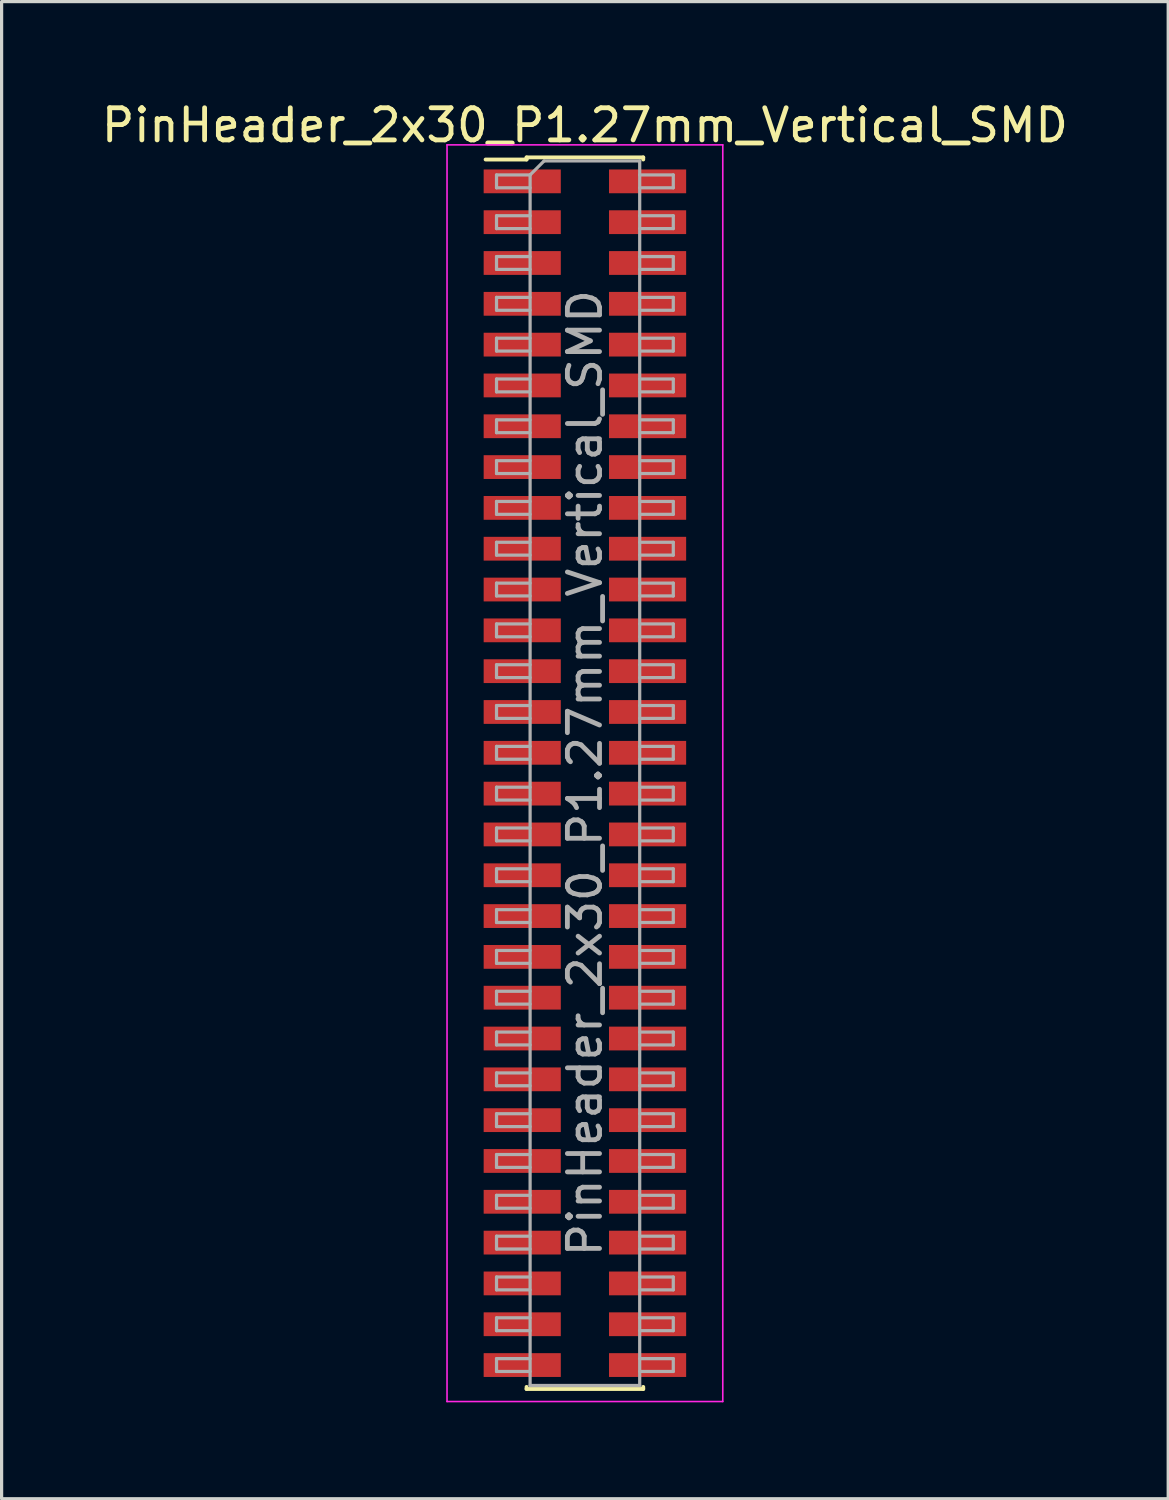
<source format=kicad_pcb>
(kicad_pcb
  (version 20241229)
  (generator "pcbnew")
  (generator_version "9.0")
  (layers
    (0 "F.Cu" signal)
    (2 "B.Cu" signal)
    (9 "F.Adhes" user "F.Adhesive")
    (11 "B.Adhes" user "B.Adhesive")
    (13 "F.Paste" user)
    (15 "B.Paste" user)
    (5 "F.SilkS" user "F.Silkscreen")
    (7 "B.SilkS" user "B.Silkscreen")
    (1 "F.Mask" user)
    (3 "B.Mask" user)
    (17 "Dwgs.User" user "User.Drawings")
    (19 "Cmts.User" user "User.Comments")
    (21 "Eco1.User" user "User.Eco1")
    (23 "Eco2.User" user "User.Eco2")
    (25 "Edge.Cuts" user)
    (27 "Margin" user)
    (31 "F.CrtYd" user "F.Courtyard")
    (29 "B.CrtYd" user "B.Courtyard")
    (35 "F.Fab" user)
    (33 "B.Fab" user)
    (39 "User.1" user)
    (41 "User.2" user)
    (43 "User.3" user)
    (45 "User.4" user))
  (footprint "PinHeader_2x30_P1.27mm_Vertical_SMD"
    (layer "F.Cu")
    (at 15.149 21.008)
    (property "Reference" "PinHeader_2x30_P1.27mm_Vertical_SMD" (at 0 -20.16 0) (layer "F.SilkS") (effects (font (size 1 1) (thickness 0.15))))
    (attr smd)
    (fp_line (start -3.09 -19.095) (end -1.815 -19.095) (stroke (width 0.12) (type solid)) (layer "F.SilkS"))
    (fp_line (start -1.815 -19.16) (end -1.815 -19.095) (stroke (width 0.12) (type solid)) (layer "F.SilkS"))
    (fp_line (start -1.815 -19.16) (end 1.815 -19.16) (stroke (width 0.12) (type solid)) (layer "F.SilkS"))
    (fp_line (start -1.815 19.095) (end -1.815 19.16) (stroke (width 0.12) (type solid)) (layer "F.SilkS"))
    (fp_line (start -1.815 19.16) (end 1.815 19.16) (stroke (width 0.12) (type solid)) (layer "F.SilkS"))
    (fp_line (start 1.815 -19.16) (end 1.815 -19.095) (stroke (width 0.12) (type solid)) (layer "F.SilkS"))
    (fp_line (start 1.815 19.095) (end 1.815 19.16) (stroke (width 0.12) (type solid)) (layer "F.SilkS"))
    (fp_line (start -4.29 -19.55) (end -4.29 19.55) (stroke (width 0.05) (type solid)) (layer "F.CrtYd"))
    (fp_line (start -4.29 19.55) (end 4.29 19.55) (stroke (width 0.05) (type solid)) (layer "F.CrtYd"))
    (fp_line (start 4.29 -19.55) (end -4.29 -19.55) (stroke (width 0.05) (type solid)) (layer "F.CrtYd"))
    (fp_line (start 4.29 19.55) (end 4.29 -19.55) (stroke (width 0.05) (type solid)) (layer "F.CrtYd"))
    (fp_line (start -2.75 -18.615) (end -2.75 -18.215) (stroke (width 0.1) (type solid)) (layer "F.Fab"))
    (fp_line (start -2.75 -18.215) (end -1.705 -18.215) (stroke (width 0.1) (type solid)) (layer "F.Fab"))
    (fp_line (start -2.75 -17.345) (end -2.75 -16.945) (stroke (width 0.1) (type solid)) (layer "F.Fab"))
    (fp_line (start -2.75 -16.945) (end -1.705 -16.945) (stroke (width 0.1) (type solid)) (layer "F.Fab"))
    (fp_line (start -2.75 -16.075) (end -2.75 -15.675) (stroke (width 0.1) (type solid)) (layer "F.Fab"))
    (fp_line (start -2.75 -15.675) (end -1.705 -15.675) (stroke (width 0.1) (type solid)) (layer "F.Fab"))
    (fp_line (start -2.75 -14.805) (end -2.75 -14.405) (stroke (width 0.1) (type solid)) (layer "F.Fab"))
    (fp_line (start -2.75 -14.405) (end -1.705 -14.405) (stroke (width 0.1) (type solid)) (layer "F.Fab"))
    (fp_line (start -2.75 -13.535) (end -2.75 -13.135) (stroke (width 0.1) (type solid)) (layer "F.Fab"))
    (fp_line (start -2.75 -13.135) (end -1.705 -13.135) (stroke (width 0.1) (type solid)) (layer "F.Fab"))
    (fp_line (start -2.75 -12.265) (end -2.75 -11.865) (stroke (width 0.1) (type solid)) (layer "F.Fab"))
    (fp_line (start -2.75 -11.865) (end -1.705 -11.865) (stroke (width 0.1) (type solid)) (layer "F.Fab"))
    (fp_line (start -2.75 -10.995) (end -2.75 -10.595) (stroke (width 0.1) (type solid)) (layer "F.Fab"))
    (fp_line (start -2.75 -10.595) (end -1.705 -10.595) (stroke (width 0.1) (type solid)) (layer "F.Fab"))
    (fp_line (start -2.75 -9.725) (end -2.75 -9.325) (stroke (width 0.1) (type solid)) (layer "F.Fab"))
    (fp_line (start -2.75 -9.325) (end -1.705 -9.325) (stroke (width 0.1) (type solid)) (layer "F.Fab"))
    (fp_line (start -2.75 -8.455) (end -2.75 -8.055) (stroke (width 0.1) (type solid)) (layer "F.Fab"))
    (fp_line (start -2.75 -8.055) (end -1.705 -8.055) (stroke (width 0.1) (type solid)) (layer "F.Fab"))
    (fp_line (start -2.75 -7.185) (end -2.75 -6.785) (stroke (width 0.1) (type solid)) (layer "F.Fab"))
    (fp_line (start -2.75 -6.785) (end -1.705 -6.785) (stroke (width 0.1) (type solid)) (layer "F.Fab"))
    (fp_line (start -2.75 -5.915) (end -2.75 -5.515) (stroke (width 0.1) (type solid)) (layer "F.Fab"))
    (fp_line (start -2.75 -5.515) (end -1.705 -5.515) (stroke (width 0.1) (type solid)) (layer "F.Fab"))
    (fp_line (start -2.75 -4.645) (end -2.75 -4.245) (stroke (width 0.1) (type solid)) (layer "F.Fab"))
    (fp_line (start -2.75 -4.245) (end -1.705 -4.245) (stroke (width 0.1) (type solid)) (layer "F.Fab"))
    (fp_line (start -2.75 -3.375) (end -2.75 -2.975) (stroke (width 0.1) (type solid)) (layer "F.Fab"))
    (fp_line (start -2.75 -2.975) (end -1.705 -2.975) (stroke (width 0.1) (type solid)) (layer "F.Fab"))
    (fp_line (start -2.75 -2.105) (end -2.75 -1.705) (stroke (width 0.1) (type solid)) (layer "F.Fab"))
    (fp_line (start -2.75 -1.705) (end -1.705 -1.705) (stroke (width 0.1) (type solid)) (layer "F.Fab"))
    (fp_line (start -2.75 -0.835) (end -2.75 -0.435) (stroke (width 0.1) (type solid)) (layer "F.Fab"))
    (fp_line (start -2.75 -0.435) (end -1.705 -0.435) (stroke (width 0.1) (type solid)) (layer "F.Fab"))
    (fp_line (start -2.75 0.435) (end -2.75 0.835) (stroke (width 0.1) (type solid)) (layer "F.Fab"))
    (fp_line (start -2.75 0.835) (end -1.705 0.835) (stroke (width 0.1) (type solid)) (layer "F.Fab"))
    (fp_line (start -2.75 1.705) (end -2.75 2.105) (stroke (width 0.1) (type solid)) (layer "F.Fab"))
    (fp_line (start -2.75 2.105) (end -1.705 2.105) (stroke (width 0.1) (type solid)) (layer "F.Fab"))
    (fp_line (start -2.75 2.975) (end -2.75 3.375) (stroke (width 0.1) (type solid)) (layer "F.Fab"))
    (fp_line (start -2.75 3.375) (end -1.705 3.375) (stroke (width 0.1) (type solid)) (layer "F.Fab"))
    (fp_line (start -2.75 4.245) (end -2.75 4.645) (stroke (width 0.1) (type solid)) (layer "F.Fab"))
    (fp_line (start -2.75 4.645) (end -1.705 4.645) (stroke (width 0.1) (type solid)) (layer "F.Fab"))
    (fp_line (start -2.75 5.515) (end -2.75 5.915) (stroke (width 0.1) (type solid)) (layer "F.Fab"))
    (fp_line (start -2.75 5.915) (end -1.705 5.915) (stroke (width 0.1) (type solid)) (layer "F.Fab"))
    (fp_line (start -2.75 6.785) (end -2.75 7.185) (stroke (width 0.1) (type solid)) (layer "F.Fab"))
    (fp_line (start -2.75 7.185) (end -1.705 7.185) (stroke (width 0.1) (type solid)) (layer "F.Fab"))
    (fp_line (start -2.75 8.055) (end -2.75 8.455) (stroke (width 0.1) (type solid)) (layer "F.Fab"))
    (fp_line (start -2.75 8.455) (end -1.705 8.455) (stroke (width 0.1) (type solid)) (layer "F.Fab"))
    (fp_line (start -2.75 9.325) (end -2.75 9.725) (stroke (width 0.1) (type solid)) (layer "F.Fab"))
    (fp_line (start -2.75 9.725) (end -1.705 9.725) (stroke (width 0.1) (type solid)) (layer "F.Fab"))
    (fp_line (start -2.75 10.595) (end -2.75 10.995) (stroke (width 0.1) (type solid)) (layer "F.Fab"))
    (fp_line (start -2.75 10.995) (end -1.705 10.995) (stroke (width 0.1) (type solid)) (layer "F.Fab"))
    (fp_line (start -2.75 11.865) (end -2.75 12.265) (stroke (width 0.1) (type solid)) (layer "F.Fab"))
    (fp_line (start -2.75 12.265) (end -1.705 12.265) (stroke (width 0.1) (type solid)) (layer "F.Fab"))
    (fp_line (start -2.75 13.135) (end -2.75 13.535) (stroke (width 0.1) (type solid)) (layer "F.Fab"))
    (fp_line (start -2.75 13.535) (end -1.705 13.535) (stroke (width 0.1) (type solid)) (layer "F.Fab"))
    (fp_line (start -2.75 14.405) (end -2.75 14.805) (stroke (width 0.1) (type solid)) (layer "F.Fab"))
    (fp_line (start -2.75 14.805) (end -1.705 14.805) (stroke (width 0.1) (type solid)) (layer "F.Fab"))
    (fp_line (start -2.75 15.675) (end -2.75 16.075) (stroke (width 0.1) (type solid)) (layer "F.Fab"))
    (fp_line (start -2.75 16.075) (end -1.705 16.075) (stroke (width 0.1) (type solid)) (layer "F.Fab"))
    (fp_line (start -2.75 16.945) (end -2.75 17.345) (stroke (width 0.1) (type solid)) (layer "F.Fab"))
    (fp_line (start -2.75 17.345) (end -1.705 17.345) (stroke (width 0.1) (type solid)) (layer "F.Fab"))
    (fp_line (start -2.75 18.215) (end -2.75 18.615) (stroke (width 0.1) (type solid)) (layer "F.Fab"))
    (fp_line (start -2.75 18.615) (end -1.705 18.615) (stroke (width 0.1) (type solid)) (layer "F.Fab"))
    (fp_line (start -1.705 -18.615) (end -2.75 -18.615) (stroke (width 0.1) (type solid)) (layer "F.Fab"))
    (fp_line (start -1.705 -18.615) (end -1.27 -19.05) (stroke (width 0.1) (type solid)) (layer "F.Fab"))
    (fp_line (start -1.705 -17.345) (end -2.75 -17.345) (stroke (width 0.1) (type solid)) (layer "F.Fab"))
    (fp_line (start -1.705 -16.075) (end -2.75 -16.075) (stroke (width 0.1) (type solid)) (layer "F.Fab"))
    (fp_line (start -1.705 -14.805) (end -2.75 -14.805) (stroke (width 0.1) (type solid)) (layer "F.Fab"))
    (fp_line (start -1.705 -13.535) (end -2.75 -13.535) (stroke (width 0.1) (type solid)) (layer "F.Fab"))
    (fp_line (start -1.705 -12.265) (end -2.75 -12.265) (stroke (width 0.1) (type solid)) (layer "F.Fab"))
    (fp_line (start -1.705 -10.995) (end -2.75 -10.995) (stroke (width 0.1) (type solid)) (layer "F.Fab"))
    (fp_line (start -1.705 -9.725) (end -2.75 -9.725) (stroke (width 0.1) (type solid)) (layer "F.Fab"))
    (fp_line (start -1.705 -8.455) (end -2.75 -8.455) (stroke (width 0.1) (type solid)) (layer "F.Fab"))
    (fp_line (start -1.705 -7.185) (end -2.75 -7.185) (stroke (width 0.1) (type solid)) (layer "F.Fab"))
    (fp_line (start -1.705 -5.915) (end -2.75 -5.915) (stroke (width 0.1) (type solid)) (layer "F.Fab"))
    (fp_line (start -1.705 -4.645) (end -2.75 -4.645) (stroke (width 0.1) (type solid)) (layer "F.Fab"))
    (fp_line (start -1.705 -3.375) (end -2.75 -3.375) (stroke (width 0.1) (type solid)) (layer "F.Fab"))
    (fp_line (start -1.705 -2.105) (end -2.75 -2.105) (stroke (width 0.1) (type solid)) (layer "F.Fab"))
    (fp_line (start -1.705 -0.835) (end -2.75 -0.835) (stroke (width 0.1) (type solid)) (layer "F.Fab"))
    (fp_line (start -1.705 0.435) (end -2.75 0.435) (stroke (width 0.1) (type solid)) (layer "F.Fab"))
    (fp_line (start -1.705 1.705) (end -2.75 1.705) (stroke (width 0.1) (type solid)) (layer "F.Fab"))
    (fp_line (start -1.705 2.975) (end -2.75 2.975) (stroke (width 0.1) (type solid)) (layer "F.Fab"))
    (fp_line (start -1.705 4.245) (end -2.75 4.245) (stroke (width 0.1) (type solid)) (layer "F.Fab"))
    (fp_line (start -1.705 5.515) (end -2.75 5.515) (stroke (width 0.1) (type solid)) (layer "F.Fab"))
    (fp_line (start -1.705 6.785) (end -2.75 6.785) (stroke (width 0.1) (type solid)) (layer "F.Fab"))
    (fp_line (start -1.705 8.055) (end -2.75 8.055) (stroke (width 0.1) (type solid)) (layer "F.Fab"))
    (fp_line (start -1.705 9.325) (end -2.75 9.325) (stroke (width 0.1) (type solid)) (layer "F.Fab"))
    (fp_line (start -1.705 10.595) (end -2.75 10.595) (stroke (width 0.1) (type solid)) (layer "F.Fab"))
    (fp_line (start -1.705 11.865) (end -2.75 11.865) (stroke (width 0.1) (type solid)) (layer "F.Fab"))
    (fp_line (start -1.705 13.135) (end -2.75 13.135) (stroke (width 0.1) (type solid)) (layer "F.Fab"))
    (fp_line (start -1.705 14.405) (end -2.75 14.405) (stroke (width 0.1) (type solid)) (layer "F.Fab"))
    (fp_line (start -1.705 15.675) (end -2.75 15.675) (stroke (width 0.1) (type solid)) (layer "F.Fab"))
    (fp_line (start -1.705 16.945) (end -2.75 16.945) (stroke (width 0.1) (type solid)) (layer "F.Fab"))
    (fp_line (start -1.705 18.215) (end -2.75 18.215) (stroke (width 0.1) (type solid)) (layer "F.Fab"))
    (fp_line (start -1.705 19.05) (end -1.705 -18.615) (stroke (width 0.1) (type solid)) (layer "F.Fab"))
    (fp_line (start -1.27 -19.05) (end 1.705 -19.05) (stroke (width 0.1) (type solid)) (layer "F.Fab"))
    (fp_line (start 1.705 -19.05) (end 1.705 19.05) (stroke (width 0.1) (type solid)) (layer "F.Fab"))
    (fp_line (start 1.705 -18.615) (end 2.75 -18.615) (stroke (width 0.1) (type solid)) (layer "F.Fab"))
    (fp_line (start 1.705 -17.345) (end 2.75 -17.345) (stroke (width 0.1) (type solid)) (layer "F.Fab"))
    (fp_line (start 1.705 -16.075) (end 2.75 -16.075) (stroke (width 0.1) (type solid)) (layer "F.Fab"))
    (fp_line (start 1.705 -14.805) (end 2.75 -14.805) (stroke (width 0.1) (type solid)) (layer "F.Fab"))
    (fp_line (start 1.705 -13.535) (end 2.75 -13.535) (stroke (width 0.1) (type solid)) (layer "F.Fab"))
    (fp_line (start 1.705 -12.265) (end 2.75 -12.265) (stroke (width 0.1) (type solid)) (layer "F.Fab"))
    (fp_line (start 1.705 -10.995) (end 2.75 -10.995) (stroke (width 0.1) (type solid)) (layer "F.Fab"))
    (fp_line (start 1.705 -9.725) (end 2.75 -9.725) (stroke (width 0.1) (type solid)) (layer "F.Fab"))
    (fp_line (start 1.705 -8.455) (end 2.75 -8.455) (stroke (width 0.1) (type solid)) (layer "F.Fab"))
    (fp_line (start 1.705 -7.185) (end 2.75 -7.185) (stroke (width 0.1) (type solid)) (layer "F.Fab"))
    (fp_line (start 1.705 -5.915) (end 2.75 -5.915) (stroke (width 0.1) (type solid)) (layer "F.Fab"))
    (fp_line (start 1.705 -4.645) (end 2.75 -4.645) (stroke (width 0.1) (type solid)) (layer "F.Fab"))
    (fp_line (start 1.705 -3.375) (end 2.75 -3.375) (stroke (width 0.1) (type solid)) (layer "F.Fab"))
    (fp_line (start 1.705 -2.105) (end 2.75 -2.105) (stroke (width 0.1) (type solid)) (layer "F.Fab"))
    (fp_line (start 1.705 -0.835) (end 2.75 -0.835) (stroke (width 0.1) (type solid)) (layer "F.Fab"))
    (fp_line (start 1.705 0.435) (end 2.75 0.435) (stroke (width 0.1) (type solid)) (layer "F.Fab"))
    (fp_line (start 1.705 1.705) (end 2.75 1.705) (stroke (width 0.1) (type solid)) (layer "F.Fab"))
    (fp_line (start 1.705 2.975) (end 2.75 2.975) (stroke (width 0.1) (type solid)) (layer "F.Fab"))
    (fp_line (start 1.705 4.245) (end 2.75 4.245) (stroke (width 0.1) (type solid)) (layer "F.Fab"))
    (fp_line (start 1.705 5.515) (end 2.75 5.515) (stroke (width 0.1) (type solid)) (layer "F.Fab"))
    (fp_line (start 1.705 6.785) (end 2.75 6.785) (stroke (width 0.1) (type solid)) (layer "F.Fab"))
    (fp_line (start 1.705 8.055) (end 2.75 8.055) (stroke (width 0.1) (type solid)) (layer "F.Fab"))
    (fp_line (start 1.705 9.325) (end 2.75 9.325) (stroke (width 0.1) (type solid)) (layer "F.Fab"))
    (fp_line (start 1.705 10.595) (end 2.75 10.595) (stroke (width 0.1) (type solid)) (layer "F.Fab"))
    (fp_line (start 1.705 11.865) (end 2.75 11.865) (stroke (width 0.1) (type solid)) (layer "F.Fab"))
    (fp_line (start 1.705 13.135) (end 2.75 13.135) (stroke (width 0.1) (type solid)) (layer "F.Fab"))
    (fp_line (start 1.705 14.405) (end 2.75 14.405) (stroke (width 0.1) (type solid)) (layer "F.Fab"))
    (fp_line (start 1.705 15.675) (end 2.75 15.675) (stroke (width 0.1) (type solid)) (layer "F.Fab"))
    (fp_line (start 1.705 16.945) (end 2.75 16.945) (stroke (width 0.1) (type solid)) (layer "F.Fab"))
    (fp_line (start 1.705 18.215) (end 2.75 18.215) (stroke (width 0.1) (type solid)) (layer "F.Fab"))
    (fp_line (start 1.705 19.05) (end -1.705 19.05) (stroke (width 0.1) (type solid)) (layer "F.Fab"))
    (fp_line (start 2.75 -18.615) (end 2.75 -18.215) (stroke (width 0.1) (type solid)) (layer "F.Fab"))
    (fp_line (start 2.75 -18.215) (end 1.705 -18.215) (stroke (width 0.1) (type solid)) (layer "F.Fab"))
    (fp_line (start 2.75 -17.345) (end 2.75 -16.945) (stroke (width 0.1) (type solid)) (layer "F.Fab"))
    (fp_line (start 2.75 -16.945) (end 1.705 -16.945) (stroke (width 0.1) (type solid)) (layer "F.Fab"))
    (fp_line (start 2.75 -16.075) (end 2.75 -15.675) (stroke (width 0.1) (type solid)) (layer "F.Fab"))
    (fp_line (start 2.75 -15.675) (end 1.705 -15.675) (stroke (width 0.1) (type solid)) (layer "F.Fab"))
    (fp_line (start 2.75 -14.805) (end 2.75 -14.405) (stroke (width 0.1) (type solid)) (layer "F.Fab"))
    (fp_line (start 2.75 -14.405) (end 1.705 -14.405) (stroke (width 0.1) (type solid)) (layer "F.Fab"))
    (fp_line (start 2.75 -13.535) (end 2.75 -13.135) (stroke (width 0.1) (type solid)) (layer "F.Fab"))
    (fp_line (start 2.75 -13.135) (end 1.705 -13.135) (stroke (width 0.1) (type solid)) (layer "F.Fab"))
    (fp_line (start 2.75 -12.265) (end 2.75 -11.865) (stroke (width 0.1) (type solid)) (layer "F.Fab"))
    (fp_line (start 2.75 -11.865) (end 1.705 -11.865) (stroke (width 0.1) (type solid)) (layer "F.Fab"))
    (fp_line (start 2.75 -10.995) (end 2.75 -10.595) (stroke (width 0.1) (type solid)) (layer "F.Fab"))
    (fp_line (start 2.75 -10.595) (end 1.705 -10.595) (stroke (width 0.1) (type solid)) (layer "F.Fab"))
    (fp_line (start 2.75 -9.725) (end 2.75 -9.325) (stroke (width 0.1) (type solid)) (layer "F.Fab"))
    (fp_line (start 2.75 -9.325) (end 1.705 -9.325) (stroke (width 0.1) (type solid)) (layer "F.Fab"))
    (fp_line (start 2.75 -8.455) (end 2.75 -8.055) (stroke (width 0.1) (type solid)) (layer "F.Fab"))
    (fp_line (start 2.75 -8.055) (end 1.705 -8.055) (stroke (width 0.1) (type solid)) (layer "F.Fab"))
    (fp_line (start 2.75 -7.185) (end 2.75 -6.785) (stroke (width 0.1) (type solid)) (layer "F.Fab"))
    (fp_line (start 2.75 -6.785) (end 1.705 -6.785) (stroke (width 0.1) (type solid)) (layer "F.Fab"))
    (fp_line (start 2.75 -5.915) (end 2.75 -5.515) (stroke (width 0.1) (type solid)) (layer "F.Fab"))
    (fp_line (start 2.75 -5.515) (end 1.705 -5.515) (stroke (width 0.1) (type solid)) (layer "F.Fab"))
    (fp_line (start 2.75 -4.645) (end 2.75 -4.245) (stroke (width 0.1) (type solid)) (layer "F.Fab"))
    (fp_line (start 2.75 -4.245) (end 1.705 -4.245) (stroke (width 0.1) (type solid)) (layer "F.Fab"))
    (fp_line (start 2.75 -3.375) (end 2.75 -2.975) (stroke (width 0.1) (type solid)) (layer "F.Fab"))
    (fp_line (start 2.75 -2.975) (end 1.705 -2.975) (stroke (width 0.1) (type solid)) (layer "F.Fab"))
    (fp_line (start 2.75 -2.105) (end 2.75 -1.705) (stroke (width 0.1) (type solid)) (layer "F.Fab"))
    (fp_line (start 2.75 -1.705) (end 1.705 -1.705) (stroke (width 0.1) (type solid)) (layer "F.Fab"))
    (fp_line (start 2.75 -0.835) (end 2.75 -0.435) (stroke (width 0.1) (type solid)) (layer "F.Fab"))
    (fp_line (start 2.75 -0.435) (end 1.705 -0.435) (stroke (width 0.1) (type solid)) (layer "F.Fab"))
    (fp_line (start 2.75 0.435) (end 2.75 0.835) (stroke (width 0.1) (type solid)) (layer "F.Fab"))
    (fp_line (start 2.75 0.835) (end 1.705 0.835) (stroke (width 0.1) (type solid)) (layer "F.Fab"))
    (fp_line (start 2.75 1.705) (end 2.75 2.105) (stroke (width 0.1) (type solid)) (layer "F.Fab"))
    (fp_line (start 2.75 2.105) (end 1.705 2.105) (stroke (width 0.1) (type solid)) (layer "F.Fab"))
    (fp_line (start 2.75 2.975) (end 2.75 3.375) (stroke (width 0.1) (type solid)) (layer "F.Fab"))
    (fp_line (start 2.75 3.375) (end 1.705 3.375) (stroke (width 0.1) (type solid)) (layer "F.Fab"))
    (fp_line (start 2.75 4.245) (end 2.75 4.645) (stroke (width 0.1) (type solid)) (layer "F.Fab"))
    (fp_line (start 2.75 4.645) (end 1.705 4.645) (stroke (width 0.1) (type solid)) (layer "F.Fab"))
    (fp_line (start 2.75 5.515) (end 2.75 5.915) (stroke (width 0.1) (type solid)) (layer "F.Fab"))
    (fp_line (start 2.75 5.915) (end 1.705 5.915) (stroke (width 0.1) (type solid)) (layer "F.Fab"))
    (fp_line (start 2.75 6.785) (end 2.75 7.185) (stroke (width 0.1) (type solid)) (layer "F.Fab"))
    (fp_line (start 2.75 7.185) (end 1.705 7.185) (stroke (width 0.1) (type solid)) (layer "F.Fab"))
    (fp_line (start 2.75 8.055) (end 2.75 8.455) (stroke (width 0.1) (type solid)) (layer "F.Fab"))
    (fp_line (start 2.75 8.455) (end 1.705 8.455) (stroke (width 0.1) (type solid)) (layer "F.Fab"))
    (fp_line (start 2.75 9.325) (end 2.75 9.725) (stroke (width 0.1) (type solid)) (layer "F.Fab"))
    (fp_line (start 2.75 9.725) (end 1.705 9.725) (stroke (width 0.1) (type solid)) (layer "F.Fab"))
    (fp_line (start 2.75 10.595) (end 2.75 10.995) (stroke (width 0.1) (type solid)) (layer "F.Fab"))
    (fp_line (start 2.75 10.995) (end 1.705 10.995) (stroke (width 0.1) (type solid)) (layer "F.Fab"))
    (fp_line (start 2.75 11.865) (end 2.75 12.265) (stroke (width 0.1) (type solid)) (layer "F.Fab"))
    (fp_line (start 2.75 12.265) (end 1.705 12.265) (stroke (width 0.1) (type solid)) (layer "F.Fab"))
    (fp_line (start 2.75 13.135) (end 2.75 13.535) (stroke (width 0.1) (type solid)) (layer "F.Fab"))
    (fp_line (start 2.75 13.535) (end 1.705 13.535) (stroke (width 0.1) (type solid)) (layer "F.Fab"))
    (fp_line (start 2.75 14.405) (end 2.75 14.805) (stroke (width 0.1) (type solid)) (layer "F.Fab"))
    (fp_line (start 2.75 14.805) (end 1.705 14.805) (stroke (width 0.1) (type solid)) (layer "F.Fab"))
    (fp_line (start 2.75 15.675) (end 2.75 16.075) (stroke (width 0.1) (type solid)) (layer "F.Fab"))
    (fp_line (start 2.75 16.075) (end 1.705 16.075) (stroke (width 0.1) (type solid)) (layer "F.Fab"))
    (fp_line (start 2.75 16.945) (end 2.75 17.345) (stroke (width 0.1) (type solid)) (layer "F.Fab"))
    (fp_line (start 2.75 17.345) (end 1.705 17.345) (stroke (width 0.1) (type solid)) (layer "F.Fab"))
    (fp_line (start 2.75 18.215) (end 2.75 18.615) (stroke (width 0.1) (type solid)) (layer "F.Fab"))
    (fp_line (start 2.75 18.615) (end 1.705 18.615) (stroke (width 0.1) (type solid)) (layer "F.Fab"))
    (fp_text user "${REFERENCE}" (at 0 0 90) (layer "F.Fab") (effects (font (size 1 1) (thickness 0.15))))
    (pad "1" smd rect (at -1.95 -18.415) (size 2.4 0.74) (layers "F.Cu" "F.Mask" "F.Paste"))
    (pad "2" smd rect (at 1.95 -18.415) (size 2.4 0.74) (layers "F.Cu" "F.Mask" "F.Paste"))
    (pad "3" smd rect (at -1.95 -17.145) (size 2.4 0.74) (layers "F.Cu" "F.Mask" "F.Paste"))
    (pad "4" smd rect (at 1.95 -17.145) (size 2.4 0.74) (layers "F.Cu" "F.Mask" "F.Paste"))
    (pad "5" smd rect (at -1.95 -15.875) (size 2.4 0.74) (layers "F.Cu" "F.Mask" "F.Paste"))
    (pad "6" smd rect (at 1.95 -15.875) (size 2.4 0.74) (layers "F.Cu" "F.Mask" "F.Paste"))
    (pad "7" smd rect (at -1.95 -14.605) (size 2.4 0.74) (layers "F.Cu" "F.Mask" "F.Paste"))
    (pad "8" smd rect (at 1.95 -14.605) (size 2.4 0.74) (layers "F.Cu" "F.Mask" "F.Paste"))
    (pad "9" smd rect (at -1.95 -13.335) (size 2.4 0.74) (layers "F.Cu" "F.Mask" "F.Paste"))
    (pad "10" smd rect (at 1.95 -13.335) (size 2.4 0.74) (layers "F.Cu" "F.Mask" "F.Paste"))
    (pad "11" smd rect (at -1.95 -12.065) (size 2.4 0.74) (layers "F.Cu" "F.Mask" "F.Paste"))
    (pad "12" smd rect (at 1.95 -12.065) (size 2.4 0.74) (layers "F.Cu" "F.Mask" "F.Paste"))
    (pad "13" smd rect (at -1.95 -10.795) (size 2.4 0.74) (layers "F.Cu" "F.Mask" "F.Paste"))
    (pad "14" smd rect (at 1.95 -10.795) (size 2.4 0.74) (layers "F.Cu" "F.Mask" "F.Paste"))
    (pad "15" smd rect (at -1.95 -9.525) (size 2.4 0.74) (layers "F.Cu" "F.Mask" "F.Paste"))
    (pad "16" smd rect (at 1.95 -9.525) (size 2.4 0.74) (layers "F.Cu" "F.Mask" "F.Paste"))
    (pad "17" smd rect (at -1.95 -8.255) (size 2.4 0.74) (layers "F.Cu" "F.Mask" "F.Paste"))
    (pad "18" smd rect (at 1.95 -8.255) (size 2.4 0.74) (layers "F.Cu" "F.Mask" "F.Paste"))
    (pad "19" smd rect (at -1.95 -6.985) (size 2.4 0.74) (layers "F.Cu" "F.Mask" "F.Paste"))
    (pad "20" smd rect (at 1.95 -6.985) (size 2.4 0.74) (layers "F.Cu" "F.Mask" "F.Paste"))
    (pad "21" smd rect (at -1.95 -5.715) (size 2.4 0.74) (layers "F.Cu" "F.Mask" "F.Paste"))
    (pad "22" smd rect (at 1.95 -5.715) (size 2.4 0.74) (layers "F.Cu" "F.Mask" "F.Paste"))
    (pad "23" smd rect (at -1.95 -4.445) (size 2.4 0.74) (layers "F.Cu" "F.Mask" "F.Paste"))
    (pad "24" smd rect (at 1.95 -4.445) (size 2.4 0.74) (layers "F.Cu" "F.Mask" "F.Paste"))
    (pad "25" smd rect (at -1.95 -3.175) (size 2.4 0.74) (layers "F.Cu" "F.Mask" "F.Paste"))
    (pad "26" smd rect (at 1.95 -3.175) (size 2.4 0.74) (layers "F.Cu" "F.Mask" "F.Paste"))
    (pad "27" smd rect (at -1.95 -1.905) (size 2.4 0.74) (layers "F.Cu" "F.Mask" "F.Paste"))
    (pad "28" smd rect (at 1.95 -1.905) (size 2.4 0.74) (layers "F.Cu" "F.Mask" "F.Paste"))
    (pad "29" smd rect (at -1.95 -0.635) (size 2.4 0.74) (layers "F.Cu" "F.Mask" "F.Paste"))
    (pad "30" smd rect (at 1.95 -0.635) (size 2.4 0.74) (layers "F.Cu" "F.Mask" "F.Paste"))
    (pad "31" smd rect (at -1.95 0.635) (size 2.4 0.74) (layers "F.Cu" "F.Mask" "F.Paste"))
    (pad "32" smd rect (at 1.95 0.635) (size 2.4 0.74) (layers "F.Cu" "F.Mask" "F.Paste"))
    (pad "33" smd rect (at -1.95 1.905) (size 2.4 0.74) (layers "F.Cu" "F.Mask" "F.Paste"))
    (pad "34" smd rect (at 1.95 1.905) (size 2.4 0.74) (layers "F.Cu" "F.Mask" "F.Paste"))
    (pad "35" smd rect (at -1.95 3.175) (size 2.4 0.74) (layers "F.Cu" "F.Mask" "F.Paste"))
    (pad "36" smd rect (at 1.95 3.175) (size 2.4 0.74) (layers "F.Cu" "F.Mask" "F.Paste"))
    (pad "37" smd rect (at -1.95 4.445) (size 2.4 0.74) (layers "F.Cu" "F.Mask" "F.Paste"))
    (pad "38" smd rect (at 1.95 4.445) (size 2.4 0.74) (layers "F.Cu" "F.Mask" "F.Paste"))
    (pad "39" smd rect (at -1.95 5.715) (size 2.4 0.74) (layers "F.Cu" "F.Mask" "F.Paste"))
    (pad "40" smd rect (at 1.95 5.715) (size 2.4 0.74) (layers "F.Cu" "F.Mask" "F.Paste"))
    (pad "41" smd rect (at -1.95 6.985) (size 2.4 0.74) (layers "F.Cu" "F.Mask" "F.Paste"))
    (pad "42" smd rect (at 1.95 6.985) (size 2.4 0.74) (layers "F.Cu" "F.Mask" "F.Paste"))
    (pad "43" smd rect (at -1.95 8.255) (size 2.4 0.74) (layers "F.Cu" "F.Mask" "F.Paste"))
    (pad "44" smd rect (at 1.95 8.255) (size 2.4 0.74) (layers "F.Cu" "F.Mask" "F.Paste"))
    (pad "45" smd rect (at -1.95 9.525) (size 2.4 0.74) (layers "F.Cu" "F.Mask" "F.Paste"))
    (pad "46" smd rect (at 1.95 9.525) (size 2.4 0.74) (layers "F.Cu" "F.Mask" "F.Paste"))
    (pad "47" smd rect (at -1.95 10.795) (size 2.4 0.74) (layers "F.Cu" "F.Mask" "F.Paste"))
    (pad "48" smd rect (at 1.95 10.795) (size 2.4 0.74) (layers "F.Cu" "F.Mask" "F.Paste"))
    (pad "49" smd rect (at -1.95 12.065) (size 2.4 0.74) (layers "F.Cu" "F.Mask" "F.Paste"))
    (pad "50" smd rect (at 1.95 12.065) (size 2.4 0.74) (layers "F.Cu" "F.Mask" "F.Paste"))
    (pad "51" smd rect (at -1.95 13.335) (size 2.4 0.74) (layers "F.Cu" "F.Mask" "F.Paste"))
    (pad "52" smd rect (at 1.95 13.335) (size 2.4 0.74) (layers "F.Cu" "F.Mask" "F.Paste"))
    (pad "53" smd rect (at -1.95 14.605) (size 2.4 0.74) (layers "F.Cu" "F.Mask" "F.Paste"))
    (pad "54" smd rect (at 1.95 14.605) (size 2.4 0.74) (layers "F.Cu" "F.Mask" "F.Paste"))
    (pad "55" smd rect (at -1.95 15.875) (size 2.4 0.74) (layers "F.Cu" "F.Mask" "F.Paste"))
    (pad "56" smd rect (at 1.95 15.875) (size 2.4 0.74) (layers "F.Cu" "F.Mask" "F.Paste"))
    (pad "57" smd rect (at -1.95 17.145) (size 2.4 0.74) (layers "F.Cu" "F.Mask" "F.Paste"))
    (pad "58" smd rect (at 1.95 17.145) (size 2.4 0.74) (layers "F.Cu" "F.Mask" "F.Paste"))
    (pad "59" smd rect (at -1.95 18.415) (size 2.4 0.74) (layers "F.Cu" "F.Mask" "F.Paste"))
    (pad "60" smd rect (at 1.95 18.415) (size 2.4 0.74) (layers "F.Cu" "F.Mask" "F.Paste")))
  (gr_rect
    (start -3 -3)
    (end 33.298 43.583)
    (stroke (width 0.1) (type default))
    (fill no)
    (layer "Edge.Cuts")))
</source>
